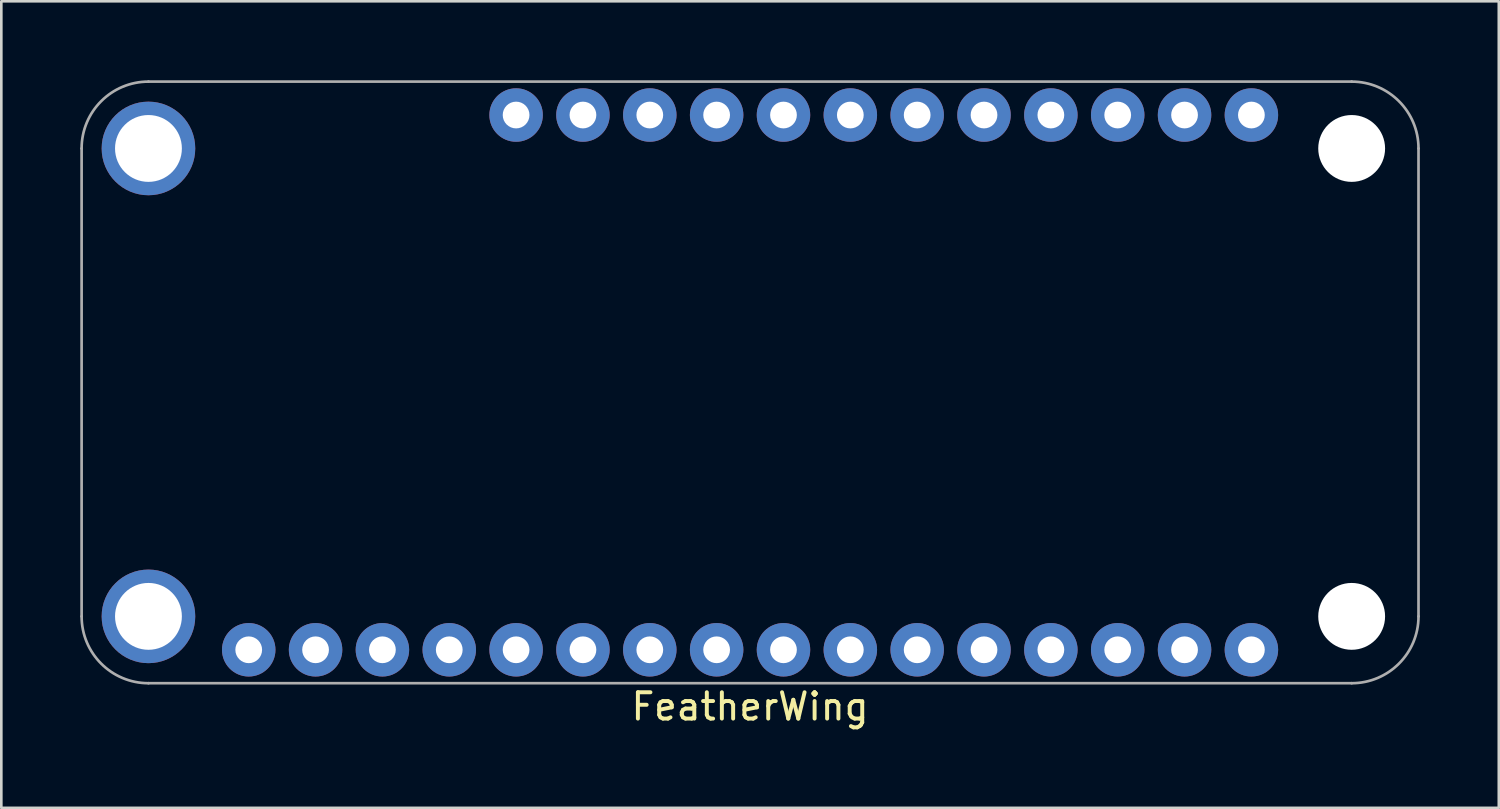
<source format=kicad_pcb>
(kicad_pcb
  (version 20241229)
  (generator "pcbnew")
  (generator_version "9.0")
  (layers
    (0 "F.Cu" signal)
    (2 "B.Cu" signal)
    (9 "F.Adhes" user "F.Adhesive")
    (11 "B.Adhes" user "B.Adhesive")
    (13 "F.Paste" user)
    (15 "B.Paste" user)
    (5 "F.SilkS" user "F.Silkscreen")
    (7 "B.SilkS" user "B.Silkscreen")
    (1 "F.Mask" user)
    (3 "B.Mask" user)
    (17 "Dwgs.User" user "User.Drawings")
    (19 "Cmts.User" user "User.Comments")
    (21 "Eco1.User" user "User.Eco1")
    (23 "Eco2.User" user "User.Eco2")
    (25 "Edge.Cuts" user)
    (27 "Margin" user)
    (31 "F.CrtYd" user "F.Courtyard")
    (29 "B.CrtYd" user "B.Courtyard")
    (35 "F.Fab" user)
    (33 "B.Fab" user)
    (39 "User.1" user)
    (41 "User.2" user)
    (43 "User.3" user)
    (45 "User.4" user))
  (footprint "FeatherWing"
    (layer "F.Cu")
    (at 25.451 11.481)
    (property "Reference" "FeatherWing" (at 0 12.319 0) (layer "F.SilkS") (effects (font (size 1 1) (thickness 0.15))))
    (attr through_hole)
    (fp_line (start -25.4 -8.89) (end -25.4 8.89) (stroke (width 0.102) (type solid)) (layer "F.Fab"))
    (fp_line (start -22.86 -11.43) (end 22.86 -11.43) (stroke (width 0.102) (type solid)) (layer "F.Fab"))
    (fp_line (start -22.86 11.43) (end 22.86 11.43) (stroke (width 0.102) (type solid)) (layer "F.Fab"))
    (fp_line (start 25.4 -8.89) (end 25.4 8.89) (stroke (width 0.102) (type solid)) (layer "F.Fab"))
    (fp_arc (start -25.4 -8.89) (mid -24.656051 -10.686051) (end -22.86 -11.43) (stroke (width 0.1016) (type solid)) (layer "F.Fab"))
    (fp_arc (start -22.86 11.43) (mid -24.656051 10.686051) (end -25.4 8.89) (stroke (width 0.1016) (type solid)) (layer "F.Fab"))
    (fp_arc (start 22.86 -11.43) (mid 24.656051 -10.686051) (end 25.4 -8.89) (stroke (width 0.1016) (type solid)) (layer "F.Fab"))
    (fp_arc (start 25.4 8.89) (mid 24.656051 10.686051) (end 22.86 11.43) (stroke (width 0.1016) (type solid)) (layer "F.Fab"))
    (pad "" np_thru_hole circle (at 22.86 -8.89) (size 2.54 2.54) (drill 2.54) (layers "*.Cu" "*.Mask"))
    (pad "" np_thru_hole circle (at 22.86 8.89) (size 2.54 2.54) (drill 2.54) (layers "*.Cu" "*.Mask"))
    (pad "1" thru_hole circle (at -19.05 10.16) (size 2.032 2.032) (drill 1.016) (layers "*.Cu" "*.Mask"))
    (pad "2" thru_hole circle (at -16.51 10.16) (size 2.032 2.032) (drill 1.016) (layers "*.Cu" "*.Mask"))
    (pad "3" thru_hole circle (at -13.97 10.16) (size 2.032 2.032) (drill 1.016) (layers "*.Cu" "*.Mask"))
    (pad "4" thru_hole circle (at -11.43 10.16) (size 2.032 2.032) (drill 1.016) (layers "*.Cu" "*.Mask"))
    (pad "5" thru_hole circle (at -8.89 10.16) (size 2.032 2.032) (drill 1.016) (layers "*.Cu" "*.Mask"))
    (pad "6" thru_hole circle (at -6.35 10.16) (size 2.032 2.032) (drill 1.016) (layers "*.Cu" "*.Mask"))
    (pad "7" thru_hole circle (at -3.81 10.16) (size 2.032 2.032) (drill 1.016) (layers "*.Cu" "*.Mask"))
    (pad "8" thru_hole circle (at -1.27 10.16) (size 2.032 2.032) (drill 1.016) (layers "*.Cu" "*.Mask"))
    (pad "9" thru_hole circle (at 1.27 10.16) (size 2.032 2.032) (drill 1.016) (layers "*.Cu" "*.Mask"))
    (pad "10" thru_hole circle (at 3.81 10.16) (size 2.032 2.032) (drill 1.016) (layers "*.Cu" "*.Mask"))
    (pad "11" thru_hole circle (at 6.35 10.16) (size 2.032 2.032) (drill 1.016) (layers "*.Cu" "*.Mask"))
    (pad "12" thru_hole circle (at 8.89 10.16) (size 2.032 2.032) (drill 1.016) (layers "*.Cu" "*.Mask"))
    (pad "13" thru_hole circle (at 11.43 10.16) (size 2.032 2.032) (drill 1.016) (layers "*.Cu" "*.Mask"))
    (pad "14" thru_hole circle (at 13.97 10.16) (size 2.032 2.032) (drill 1.016) (layers "*.Cu" "*.Mask"))
    (pad "15" thru_hole circle (at 16.51 10.16) (size 2.032 2.032) (drill 1.016) (layers "*.Cu" "*.Mask"))
    (pad "16" thru_hole circle (at 19.05 10.16) (size 2.032 2.032) (drill 1.016) (layers "*.Cu" "*.Mask"))
    (pad "17" thru_hole circle (at 19.05 -10.16) (size 2.032 2.032) (drill 1.016) (layers "*.Cu" "*.Mask"))
    (pad "18" thru_hole circle (at 16.51 -10.16) (size 2.032 2.032) (drill 1.016) (layers "*.Cu" "*.Mask"))
    (pad "19" thru_hole circle (at 13.97 -10.16) (size 2.032 2.032) (drill 1.016) (layers "*.Cu" "*.Mask"))
    (pad "20" thru_hole circle (at 11.43 -10.16) (size 2.032 2.032) (drill 1.016) (layers "*.Cu" "*.Mask"))
    (pad "21" thru_hole circle (at 8.89 -10.16) (size 2.032 2.032) (drill 1.016) (layers "*.Cu" "*.Mask"))
    (pad "22" thru_hole circle (at 6.35 -10.16) (size 2.032 2.032) (drill 1.016) (layers "*.Cu" "*.Mask"))
    (pad "23" thru_hole circle (at 3.81 -10.16) (size 2.032 2.032) (drill 1.016) (layers "*.Cu" "*.Mask"))
    (pad "24" thru_hole circle (at 1.27 -10.16) (size 2.032 2.032) (drill 1.016) (layers "*.Cu" "*.Mask"))
    (pad "25" thru_hole circle (at -1.27 -10.16) (size 2.032 2.032) (drill 1.016) (layers "*.Cu" "*.Mask"))
    (pad "26" thru_hole circle (at -3.81 -10.16) (size 2.032 2.032) (drill 1.016) (layers "*.Cu" "*.Mask"))
    (pad "27" thru_hole circle (at -6.35 -10.16) (size 2.032 2.032) (drill 1.016) (layers "*.Cu" "*.Mask"))
    (pad "28" thru_hole circle (at -8.89 -10.16) (size 2.032 2.032) (drill 1.016) (layers "*.Cu" "*.Mask"))
    (pad "HP" thru_hole circle (at -22.86 -8.89) (size 3.556 3.556) (drill 2.54) (layers "*.Cu" "*.Mask"))
    (pad "HP" thru_hole circle (at -22.86 8.89) (size 3.556 3.556) (drill 2.54) (layers "*.Cu" "*.Mask")))
  (gr_rect
    (start -3 -3)
    (end 53.902 27.648)
    (stroke (width 0.1) (type default))
    (fill no)
    (layer "Edge.Cuts")))
</source>
